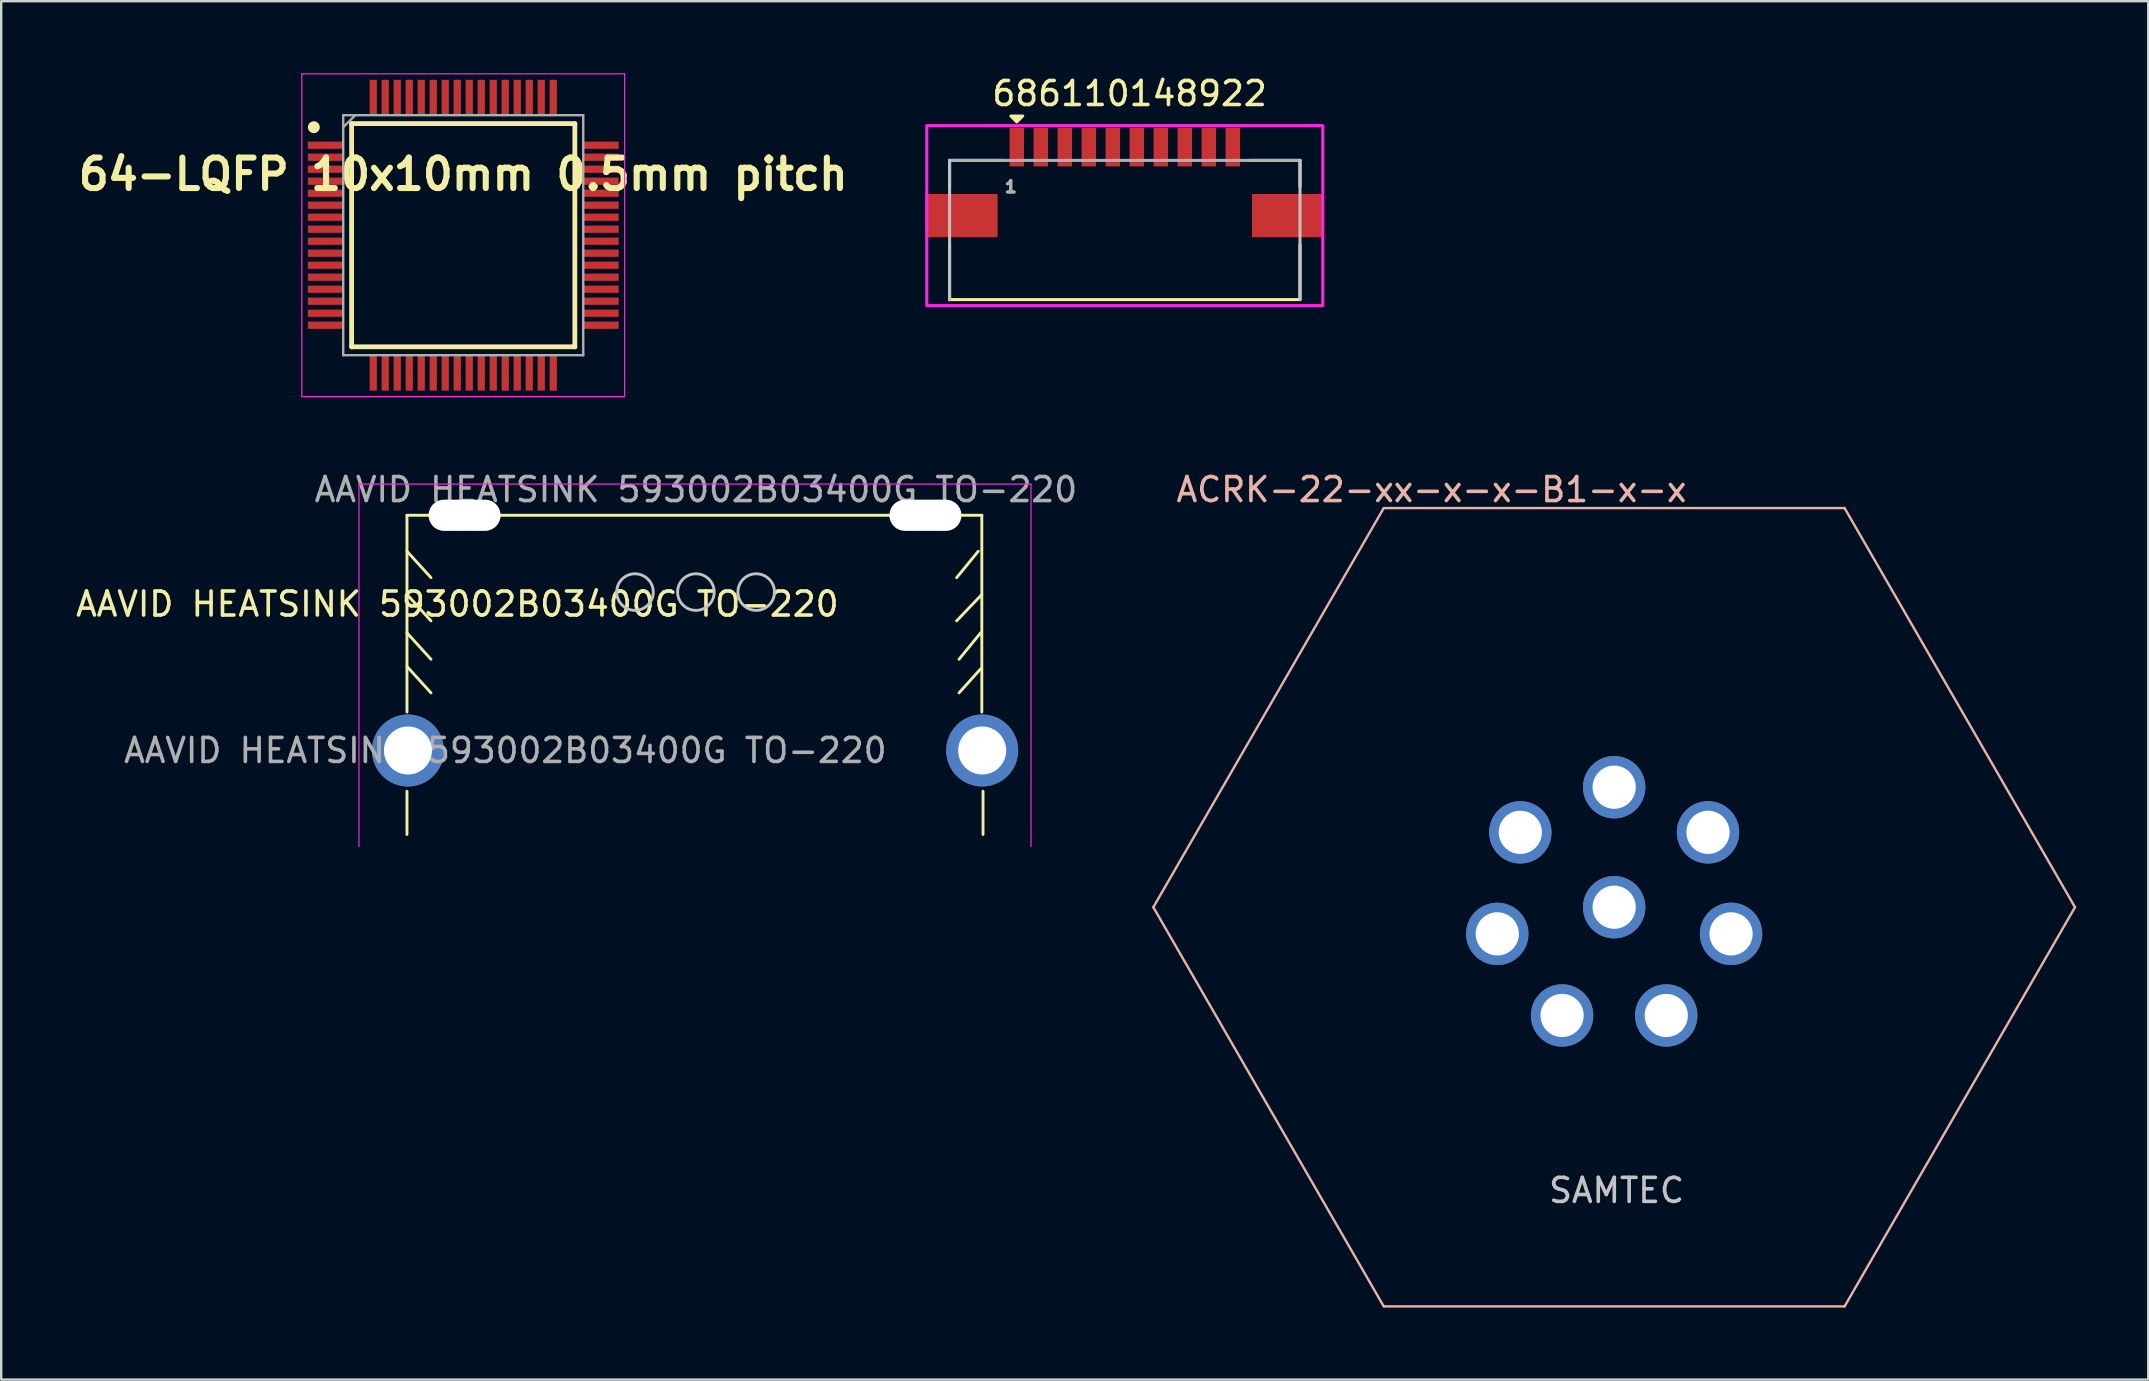
<source format=kicad_pcb>
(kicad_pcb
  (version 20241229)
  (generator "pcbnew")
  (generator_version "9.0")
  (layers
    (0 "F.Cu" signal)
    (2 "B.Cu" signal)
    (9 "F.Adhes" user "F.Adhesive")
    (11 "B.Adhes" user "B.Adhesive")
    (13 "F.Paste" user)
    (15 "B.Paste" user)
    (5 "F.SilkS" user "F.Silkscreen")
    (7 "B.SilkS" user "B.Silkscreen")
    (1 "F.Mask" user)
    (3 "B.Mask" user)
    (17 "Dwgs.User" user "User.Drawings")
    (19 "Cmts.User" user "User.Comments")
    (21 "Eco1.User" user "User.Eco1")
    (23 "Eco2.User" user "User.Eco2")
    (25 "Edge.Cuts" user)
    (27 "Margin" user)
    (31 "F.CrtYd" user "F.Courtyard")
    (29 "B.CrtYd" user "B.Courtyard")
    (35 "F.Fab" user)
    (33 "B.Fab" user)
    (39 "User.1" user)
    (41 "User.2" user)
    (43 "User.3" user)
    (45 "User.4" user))
  (footprint "64-LQFP 10x10mm 0.5mm pitch"
    (layer "F.Cu")
    (at 11.828 12.04)
    (property "Reference" "64-LQFP 10x10mm 0.5mm pitch" (at 4.422 -7.83 0) (layer "F.SilkS") (effects (font (size 1.27 1.27) (thickness 0.254))))
    (attr smd)
    (fp_line (start -0.228 -9.94) (end 9.072 -9.94) (stroke (width 0.2) (type solid)) (layer "F.SilkS"))
    (fp_line (start -0.228 -0.64) (end -0.228 -9.94) (stroke (width 0.2) (type solid)) (layer "F.SilkS"))
    (fp_line (start 9.072 -9.94) (end 9.072 -0.64) (stroke (width 0.2) (type solid)) (layer "F.SilkS"))
    (fp_line (start 9.072 -0.64) (end -0.228 -0.64) (stroke (width 0.2) (type solid)) (layer "F.SilkS"))
    (fp_circle (center -1.803 -9.79) (end -1.803 -9.665) (stroke (width 0.25) (type solid)) (fill no) (layer "F.SilkS"))
    (fp_line (start -2.303 -12.015) (end 11.147 -12.015) (stroke (width 0.05) (type solid)) (layer "F.CrtYd"))
    (fp_line (start -2.303 1.435) (end -2.303 -12.015) (stroke (width 0.05) (type solid)) (layer "F.CrtYd"))
    (fp_line (start 11.147 -12.015) (end 11.147 1.435) (stroke (width 0.05) (type solid)) (layer "F.CrtYd"))
    (fp_line (start 11.147 1.435) (end -2.303 1.435) (stroke (width 0.05) (type solid)) (layer "F.CrtYd"))
    (fp_line (start -0.578 -10.29) (end 9.422 -10.29) (stroke (width 0.1) (type solid)) (layer "F.Fab"))
    (fp_line (start -0.578 -9.79) (end -0.078 -10.29) (stroke (width 0.1) (type solid)) (layer "F.Fab"))
    (fp_line (start -0.578 -0.29) (end -0.578 -10.29) (stroke (width 0.1) (type solid)) (layer "F.Fab"))
    (fp_line (start 9.422 -10.29) (end 9.422 -0.29) (stroke (width 0.1) (type solid)) (layer "F.Fab"))
    (fp_line (start 9.422 -0.29) (end -0.578 -0.29) (stroke (width 0.1) (type solid)) (layer "F.Fab"))
    (pad "1" smd rect (at -1.316 -9.04 90) (size 0.3 1.475) (layers "F.Cu" "F.Mask" "F.Paste"))
    (pad "2" smd rect (at -1.316 -8.54 90) (size 0.3 1.475) (layers "F.Cu" "F.Mask" "F.Paste"))
    (pad "3" smd rect (at -1.316 -8.04 90) (size 0.3 1.475) (layers "F.Cu" "F.Mask" "F.Paste"))
    (pad "4" smd rect (at -1.316 -7.54 90) (size 0.3 1.475) (layers "F.Cu" "F.Mask" "F.Paste"))
    (pad "5" smd rect (at -1.316 -7.04 90) (size 0.3 1.475) (layers "F.Cu" "F.Mask" "F.Paste"))
    (pad "6" smd rect (at -1.316 -6.54 90) (size 0.3 1.475) (layers "F.Cu" "F.Mask" "F.Paste"))
    (pad "7" smd rect (at -1.316 -6.04 90) (size 0.3 1.475) (layers "F.Cu" "F.Mask" "F.Paste"))
    (pad "8" smd rect (at -1.316 -5.54 90) (size 0.3 1.475) (layers "F.Cu" "F.Mask" "F.Paste"))
    (pad "9" smd rect (at -1.316 -5.04 90) (size 0.3 1.475) (layers "F.Cu" "F.Mask" "F.Paste"))
    (pad "10" smd rect (at -1.316 -4.54 90) (size 0.3 1.475) (layers "F.Cu" "F.Mask" "F.Paste"))
    (pad "11" smd rect (at -1.316 -4.04 90) (size 0.3 1.475) (layers "F.Cu" "F.Mask" "F.Paste"))
    (pad "12" smd rect (at -1.316 -3.54 90) (size 0.3 1.475) (layers "F.Cu" "F.Mask" "F.Paste"))
    (pad "13" smd rect (at -1.316 -3.04 90) (size 0.3 1.475) (layers "F.Cu" "F.Mask" "F.Paste"))
    (pad "14" smd rect (at -1.316 -2.54 90) (size 0.3 1.475) (layers "F.Cu" "F.Mask" "F.Paste"))
    (pad "15" smd rect (at -1.316 -2.04 90) (size 0.3 1.475) (layers "F.Cu" "F.Mask" "F.Paste"))
    (pad "16" smd rect (at -1.316 -1.54 90) (size 0.3 1.475) (layers "F.Cu" "F.Mask" "F.Paste"))
    (pad "17" smd rect (at 0.672 0.448) (size 0.3 1.475) (layers "F.Cu" "F.Mask" "F.Paste"))
    (pad "18" smd rect (at 1.172 0.448) (size 0.3 1.475) (layers "F.Cu" "F.Mask" "F.Paste"))
    (pad "19" smd rect (at 1.672 0.448) (size 0.3 1.475) (layers "F.Cu" "F.Mask" "F.Paste"))
    (pad "20" smd rect (at 2.172 0.448) (size 0.3 1.475) (layers "F.Cu" "F.Mask" "F.Paste"))
    (pad "21" smd rect (at 2.672 0.448) (size 0.3 1.475) (layers "F.Cu" "F.Mask" "F.Paste"))
    (pad "22" smd rect (at 3.172 0.448) (size 0.3 1.475) (layers "F.Cu" "F.Mask" "F.Paste"))
    (pad "23" smd rect (at 3.672 0.448) (size 0.3 1.475) (layers "F.Cu" "F.Mask" "F.Paste"))
    (pad "24" smd rect (at 4.172 0.448) (size 0.3 1.475) (layers "F.Cu" "F.Mask" "F.Paste"))
    (pad "25" smd rect (at 4.672 0.448) (size 0.3 1.475) (layers "F.Cu" "F.Mask" "F.Paste"))
    (pad "26" smd rect (at 5.172 0.448) (size 0.3 1.475) (layers "F.Cu" "F.Mask" "F.Paste"))
    (pad "27" smd rect (at 5.672 0.448) (size 0.3 1.475) (layers "F.Cu" "F.Mask" "F.Paste"))
    (pad "28" smd rect (at 6.172 0.448) (size 0.3 1.475) (layers "F.Cu" "F.Mask" "F.Paste"))
    (pad "29" smd rect (at 6.672 0.448) (size 0.3 1.475) (layers "F.Cu" "F.Mask" "F.Paste"))
    (pad "30" smd rect (at 7.172 0.448) (size 0.3 1.475) (layers "F.Cu" "F.Mask" "F.Paste"))
    (pad "31" smd rect (at 7.672 0.448) (size 0.3 1.475) (layers "F.Cu" "F.Mask" "F.Paste"))
    (pad "32" smd rect (at 8.172 0.448) (size 0.3 1.475) (layers "F.Cu" "F.Mask" "F.Paste"))
    (pad "33" smd rect (at 10.16 -1.54 90) (size 0.3 1.475) (layers "F.Cu" "F.Mask" "F.Paste"))
    (pad "34" smd rect (at 10.16 -2.04 90) (size 0.3 1.475) (layers "F.Cu" "F.Mask" "F.Paste"))
    (pad "35" smd rect (at 10.16 -2.54 90) (size 0.3 1.475) (layers "F.Cu" "F.Mask" "F.Paste"))
    (pad "36" smd rect (at 10.16 -3.04 90) (size 0.3 1.475) (layers "F.Cu" "F.Mask" "F.Paste"))
    (pad "37" smd rect (at 10.16 -3.54 90) (size 0.3 1.475) (layers "F.Cu" "F.Mask" "F.Paste"))
    (pad "38" smd rect (at 10.16 -4.04 90) (size 0.3 1.475) (layers "F.Cu" "F.Mask" "F.Paste"))
    (pad "39" smd rect (at 10.16 -4.54 90) (size 0.3 1.475) (layers "F.Cu" "F.Mask" "F.Paste"))
    (pad "40" smd rect (at 10.16 -5.04 90) (size 0.3 1.475) (layers "F.Cu" "F.Mask" "F.Paste"))
    (pad "41" smd rect (at 10.16 -5.54 90) (size 0.3 1.475) (layers "F.Cu" "F.Mask" "F.Paste"))
    (pad "42" smd rect (at 10.16 -6.04 90) (size 0.3 1.475) (layers "F.Cu" "F.Mask" "F.Paste"))
    (pad "43" smd rect (at 10.16 -6.54 90) (size 0.3 1.475) (layers "F.Cu" "F.Mask" "F.Paste"))
    (pad "44" smd rect (at 10.16 -7.04 90) (size 0.3 1.475) (layers "F.Cu" "F.Mask" "F.Paste"))
    (pad "45" smd rect (at 10.16 -7.54 90) (size 0.3 1.475) (layers "F.Cu" "F.Mask" "F.Paste"))
    (pad "46" smd rect (at 10.16 -8.04 90) (size 0.3 1.475) (layers "F.Cu" "F.Mask" "F.Paste"))
    (pad "47" smd rect (at 10.16 -8.54 90) (size 0.3 1.475) (layers "F.Cu" "F.Mask" "F.Paste"))
    (pad "48" smd rect (at 10.16 -9.04 90) (size 0.3 1.475) (layers "F.Cu" "F.Mask" "F.Paste"))
    (pad "49" smd rect (at 8.172 -11.028) (size 0.3 1.475) (layers "F.Cu" "F.Mask" "F.Paste"))
    (pad "50" smd rect (at 7.672 -11.028) (size 0.3 1.475) (layers "F.Cu" "F.Mask" "F.Paste"))
    (pad "51" smd rect (at 7.172 -11.028) (size 0.3 1.475) (layers "F.Cu" "F.Mask" "F.Paste"))
    (pad "52" smd rect (at 6.672 -11.028) (size 0.3 1.475) (layers "F.Cu" "F.Mask" "F.Paste"))
    (pad "53" smd rect (at 6.172 -11.028) (size 0.3 1.475) (layers "F.Cu" "F.Mask" "F.Paste"))
    (pad "54" smd rect (at 5.672 -11.028) (size 0.3 1.475) (layers "F.Cu" "F.Mask" "F.Paste"))
    (pad "55" smd rect (at 5.172 -11.028) (size 0.3 1.475) (layers "F.Cu" "F.Mask" "F.Paste"))
    (pad "56" smd rect (at 4.672 -11.028) (size 0.3 1.475) (layers "F.Cu" "F.Mask" "F.Paste"))
    (pad "57" smd rect (at 4.172 -11.028) (size 0.3 1.475) (layers "F.Cu" "F.Mask" "F.Paste"))
    (pad "58" smd rect (at 3.672 -11.028) (size 0.3 1.475) (layers "F.Cu" "F.Mask" "F.Paste"))
    (pad "59" smd rect (at 3.172 -11.028) (size 0.3 1.475) (layers "F.Cu" "F.Mask" "F.Paste"))
    (pad "60" smd rect (at 2.672 -11.028) (size 0.3 1.475) (layers "F.Cu" "F.Mask" "F.Paste"))
    (pad "61" smd rect (at 2.172 -11.028) (size 0.3 1.475) (layers "F.Cu" "F.Mask" "F.Paste"))
    (pad "62" smd rect (at 1.672 -11.028) (size 0.3 1.475) (layers "F.Cu" "F.Mask" "F.Paste"))
    (pad "63" smd rect (at 1.172 -11.028) (size 0.3 1.475) (layers "F.Cu" "F.Mask" "F.Paste"))
    (pad "64" smd rect (at 0.672 -11.028) (size 0.3 1.475) (layers "F.Cu" "F.Mask" "F.Paste")))
  (footprint "686110148922"
    (layer "F.Cu")
    (at 43.813 5.933)
    (property "Reference" "686110148922" (at 0.2 -5.085 0) (layer "F.SilkS") (effects (font (size 1 1) (thickness 0.15))))
    (attr through_hole)
    (fp_line (start -7.3 -1.2) (end -7.3 -2.3) (stroke (width 0.127) (type solid)) (layer "F.SilkS"))
    (fp_line (start -7.3 1.2) (end -7.3 3.5) (stroke (width 0.127) (type solid)) (layer "F.SilkS"))
    (fp_line (start -7.282 3.498) (end -7.301 3.498) (stroke (width 0.127) (type solid)) (layer "F.SilkS"))
    (fp_line (start -5.04 -2.3) (end -7.3 -2.3) (stroke (width 0.127) (type solid)) (layer "F.SilkS"))
    (fp_line (start 5.21 -2.3) (end 7.3 -2.3) (stroke (width 0.127) (type solid)) (layer "F.SilkS"))
    (fp_line (start 7.3 -1.2) (end 7.3 -2.3) (stroke (width 0.127) (type solid)) (layer "F.SilkS"))
    (fp_line (start 7.3 1.2) (end 7.3 3.5) (stroke (width 0.127) (type solid)) (layer "F.SilkS"))
    (fp_line (start 7.3 3.5) (end -7.3 3.5) (stroke (width 0.127) (type solid)) (layer "F.SilkS"))
    (fp_poly (pts (xy -4.5 -3.9) (xy -4.75 -4.15) (xy -4.25 -4.15)) (stroke (width 0.12) (type solid)) (fill yes) (layer "F.SilkS"))
    (fp_line (start -7.3 3.5) (end -7.3 -2.3) (stroke (width 0.127) (type solid)) (layer "Dwgs.User"))
    (fp_line (start 7.3 -2.3) (end 7.3 3.5) (stroke (width 0.127) (type solid)) (layer "Dwgs.User"))
    (fp_poly (pts (xy -8.25 -3.75) (xy 8.25 -3.75) (xy 8.25 3.75) (xy -8.25 3.75)) (stroke (width 0.127) (type solid)) (fill no) (layer "F.CrtYd"))
    (fp_line (start -7.3 -2.3) (end 7.3 -2.3) (stroke (width 0.127) (type solid)) (layer "F.Fab"))
    (fp_text user "1" (at -4.75 -1.2 0) (layer "F.SilkS") (effects (font (size 0.48 0.48) (thickness 0.15))))
    (fp_text user "1" (at -4.75 -1.2 0) (layer "F.Fab") (effects (font (size 0.48 0.48) (thickness 0.15))))
    (pad "1" smd rect (at -4.5 -2.85) (size 0.6 1.6) (layers "F.Cu" "F.Mask" "F.Paste"))
    (pad "2" smd rect (at -3.5 -2.85) (size 0.6 1.6) (layers "F.Cu" "F.Mask" "F.Paste"))
    (pad "3" smd rect (at -2.5 -2.85) (size 0.6 1.6) (layers "F.Cu" "F.Mask" "F.Paste"))
    (pad "4" smd rect (at -1.5 -2.85) (size 0.6 1.6) (layers "F.Cu" "F.Mask" "F.Paste"))
    (pad "5" smd rect (at -0.5 -2.85) (size 0.6 1.6) (layers "F.Cu" "F.Mask" "F.Paste"))
    (pad "6" smd rect (at 0.5 -2.85) (size 0.6 1.6) (layers "F.Cu" "F.Mask" "F.Paste"))
    (pad "7" smd rect (at 1.5 -2.85) (size 0.6 1.6) (layers "F.Cu" "F.Mask" "F.Paste"))
    (pad "8" smd rect (at 2.5 -2.85) (size 0.6 1.6) (layers "F.Cu" "F.Mask" "F.Paste"))
    (pad "9" smd rect (at 3.5 -2.85) (size 0.6 1.6) (layers "F.Cu" "F.Mask" "F.Paste"))
    (pad "10" smd rect (at 4.5 -2.85) (size 0.6 1.6) (layers "F.Cu" "F.Mask" "F.Paste"))
    (pad "Z1" smd rect (at -6.8 0) (size 3 1.8) (layers "F.Cu" "F.Mask" "F.Paste"))
    (pad "Z2" smd rect (at 6.8 0) (size 3 1.8) (layers "F.Cu" "F.Mask" "F.Paste")))
  (footprint "AAVID HEATSINK 593002B03400G TO-220"
    (layer "F.Cu")
    (at 25.906 28.218)
    (property "Reference" "AAVID HEATSINK 593002B03400G TO-220" (at -9.9 -6.1 0) (unlocked yes) (layer "F.SilkS") (effects (font (size 1 1) (thickness 0.15))))
    (attr through_hole)
    (fp_line (start -12 -9.8) (end 11.95 -9.8) (stroke (width 0.12) (type solid)) (layer "F.SilkS"))
    (fp_line (start -12 -8.3) (end -11 -7.2) (stroke (width 0.12) (type solid)) (layer "F.SilkS"))
    (fp_line (start -12 -6.5) (end -11 -5.4) (stroke (width 0.12) (type solid)) (layer "F.SilkS"))
    (fp_line (start -12 -4.9) (end -11 -3.8) (stroke (width 0.12) (type solid)) (layer "F.SilkS"))
    (fp_line (start -12 -3.5) (end -11 -2.4) (stroke (width 0.12) (type solid)) (layer "F.SilkS"))
    (fp_line (start -12 -1.6) (end -12 -9.8) (stroke (width 0.12) (type solid)) (layer "F.SilkS"))
    (fp_line (start -12 1.7) (end -12 3.5) (stroke (width 0.12) (type solid)) (layer "F.SilkS"))
    (fp_line (start 10.9 -7.2) (end 11.8 -8.3) (stroke (width 0.12) (type solid)) (layer "F.SilkS"))
    (fp_line (start 10.9 -5.4) (end 11.95 -6.5) (stroke (width 0.12) (type solid)) (layer "F.SilkS"))
    (fp_line (start 11 -3.8) (end 11.9 -4.9) (stroke (width 0.12) (type solid)) (layer "F.SilkS"))
    (fp_line (start 11 -2.4) (end 11.9 -3.4) (stroke (width 0.12) (type solid)) (layer "F.SilkS"))
    (fp_line (start 11.95 -9.8) (end 11.95 -1.6) (stroke (width 0.12) (type solid)) (layer "F.SilkS"))
    (fp_line (start 12 1.7) (end 12 3.5) (stroke (width 0.12) (type solid)) (layer "F.SilkS"))
    (fp_circle (center -2.5 -6.6) (end -1.738 -6.6) (stroke (width 0.12) (type solid)) (fill no) (layer "Dwgs.User"))
    (fp_circle (center 0.038 -6.6) (end 0.8 -6.6) (stroke (width 0.12) (type solid)) (fill no) (layer "Dwgs.User"))
    (fp_circle (center 2.55 -6.6) (end 3.312 -6.6) (stroke (width 0.12) (type solid)) (fill no) (layer "Dwgs.User"))
    (fp_line (start -14 -11.1) (end -14 4) (stroke (width 0.05) (type solid)) (layer "F.CrtYd"))
    (fp_line (start -13 -11.1) (end -14 -11.1) (stroke (width 0.05) (type solid)) (layer "F.CrtYd"))
    (fp_line (start -13 -11.1) (end 14 -11.1) (stroke (width 0.05) (type solid)) (layer "F.CrtYd"))
    (fp_line (start 14 -11.1) (end 14 4) (stroke (width 0.05) (type solid)) (layer "F.CrtYd"))
    (fp_text user "${REFERENCE}" (at 0.04 -10.87 0) (layer "F.Fab") (effects (font (size 1 1) (thickness 0.15))))
    (fp_text user "${REFERENCE}" (at -7.9 0 0) (unlocked yes) (layer "F.Fab") (effects (font (size 1 1) (thickness 0.15))))
    (pad "" np_thru_hole oval (at -9.6 -9.8) (size 3 1.3) (drill oval 3 1.3) (layers "*.Cu" "*.Mask"))
    (pad "" np_thru_hole oval (at 9.6 -9.8) (size 3 1.3) (drill oval 3 1.3) (layers "*.Cu" "*.Mask"))
    (pad "1" thru_hole circle (at -11.96 0) (size 3 3) (drill 2) (layers "*.Cu" "*.Mask"))
    (pad "1" thru_hole circle (at 11.965 0) (size 3 3) (drill 2) (layers "*.Cu" "*.Mask")))
  (footprint "ACRK-22-xx-x-x-B1-x-x"
    (layer "F.Cu")
    (at 64.202 34.748)
    (property "Reference" "ACRK-22-xx-x-x-B1-x-x" (at -7.61 -17.4 0) (layer "B.SilkS") (effects (font (size 1 1) (thickness 0.15))))
    (attr through_hole)
    (fp_line (start -19.2 0) (end -9.6 -16.63) (stroke (width 0.1) (type solid)) (layer "B.SilkS"))
    (fp_line (start -19.2 0) (end -9.6 16.63) (stroke (width 0.1) (type solid)) (layer "B.SilkS"))
    (fp_line (start -9.6 -16.63) (end 9.6 -16.63) (stroke (width 0.1) (type solid)) (layer "B.SilkS"))
    (fp_line (start -9.6 16.63) (end 9.6 16.63) (stroke (width 0.1) (type solid)) (layer "B.SilkS"))
    (fp_line (start 19.2 0) (end 9.6 -16.63) (stroke (width 0.1) (type solid)) (layer "B.SilkS"))
    (fp_line (start 19.2 0) (end 9.6 16.63) (stroke (width 0.1) (type solid)) (layer "B.SilkS"))
    (fp_text user "SAMTEC" (at 0.1 11.8 0) (layer "Dwgs.User") (effects (font (size 1 1) (thickness 0.15))))
    (pad "1" thru_hole circle (at 0 -5) (size 2.6 2.6) (drill 1.8) (layers "*.Cu" "*.Mask"))
    (pad "2" thru_hole circle (at 3.91 -3.12) (size 2.6 2.6) (drill 1.8) (layers "*.Cu" "*.Mask"))
    (pad "3" thru_hole circle (at 4.87 1.11) (size 2.6 2.6) (drill 1.8) (layers "*.Cu" "*.Mask"))
    (pad "4" thru_hole circle (at 2.17 4.51) (size 2.6 2.6) (drill 1.8) (layers "*.Cu" "*.Mask"))
    (pad "5" thru_hole circle (at -2.17 4.51) (size 2.6 2.6) (drill 1.8) (layers "*.Cu" "*.Mask"))
    (pad "6" thru_hole circle (at -4.87 1.11) (size 2.6 2.6) (drill 1.8) (layers "*.Cu" "*.Mask"))
    (pad "7" thru_hole circle (at -3.91 -3.12) (size 2.6 2.6) (drill 1.8) (layers "*.Cu" "*.Mask"))
    (pad "8" thru_hole circle (at 0 0) (size 2.6 2.6) (drill 1.8) (layers "*.Cu" "*.Mask")))
  (gr_rect
    (start -3 -3)
    (end 86.452 54.428)
    (stroke (width 0.1) (type default))
    (fill no)
    (layer "Edge.Cuts")))
</source>
